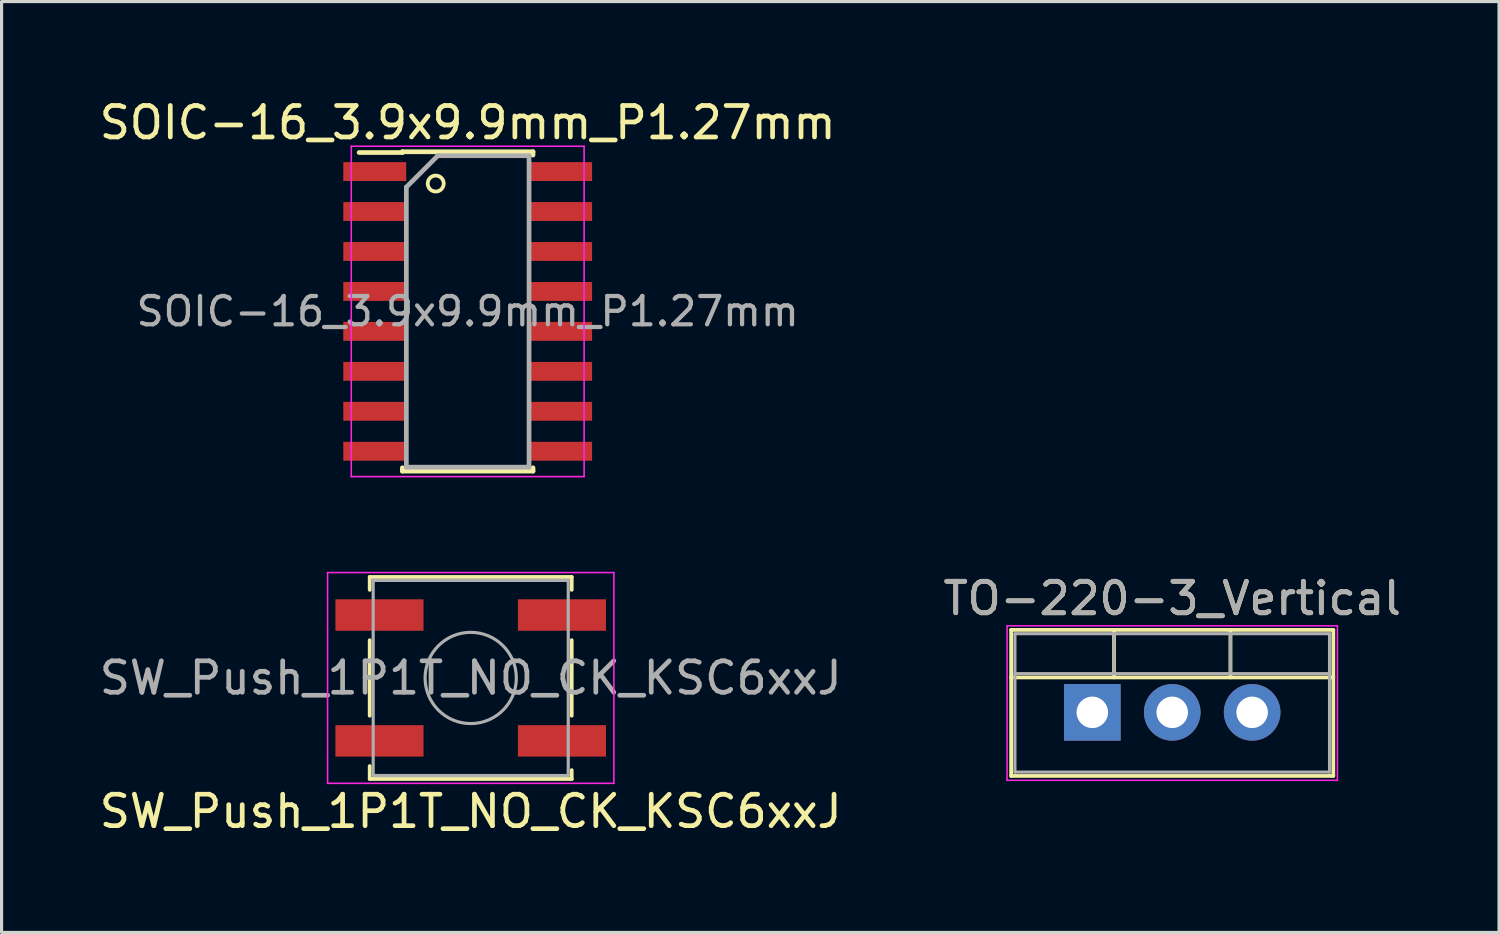
<source format=kicad_pcb>
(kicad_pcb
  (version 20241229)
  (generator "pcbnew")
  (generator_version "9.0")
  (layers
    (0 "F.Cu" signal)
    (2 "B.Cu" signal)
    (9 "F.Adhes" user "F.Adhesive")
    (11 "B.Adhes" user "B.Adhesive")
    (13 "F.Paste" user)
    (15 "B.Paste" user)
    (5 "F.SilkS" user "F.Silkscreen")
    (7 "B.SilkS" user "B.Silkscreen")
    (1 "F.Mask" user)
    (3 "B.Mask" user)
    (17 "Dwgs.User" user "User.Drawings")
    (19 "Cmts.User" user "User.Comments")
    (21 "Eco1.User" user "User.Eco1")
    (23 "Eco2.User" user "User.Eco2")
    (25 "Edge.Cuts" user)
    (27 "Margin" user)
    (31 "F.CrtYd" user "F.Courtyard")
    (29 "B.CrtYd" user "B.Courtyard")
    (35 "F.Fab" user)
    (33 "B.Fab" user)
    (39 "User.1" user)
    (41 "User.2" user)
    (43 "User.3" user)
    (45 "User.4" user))
  (footprint "SW_Push_1P1T_NO_CK_KSC6xxJ"
    (layer "F.Cu")
    (at 11.911 18.498)
    (property "Reference" "SW_Push_1P1T_NO_CK_KSC6xxJ" (at 0 4.24 0) (layer "F.SilkS") (effects (font (size 1 1) (thickness 0.15))))
    (attr smd)
    (fp_line (start -3.21 -3.21) (end -3.21 -2.8) (stroke (width 0.12) (type solid)) (layer "F.SilkS"))
    (fp_line (start -3.21 -1.2) (end -3.21 1.2) (stroke (width 0.12) (type solid)) (layer "F.SilkS"))
    (fp_line (start -3.21 2.8) (end -3.21 3.21) (stroke (width 0.12) (type solid)) (layer "F.SilkS"))
    (fp_line (start -3.21 3.21) (end 3.21 3.21) (stroke (width 0.12) (type solid)) (layer "F.SilkS"))
    (fp_line (start 3.21 -3.21) (end -3.21 -3.21) (stroke (width 0.12) (type solid)) (layer "F.SilkS"))
    (fp_line (start 3.21 -2.8) (end 3.21 -3.21) (stroke (width 0.12) (type solid)) (layer "F.SilkS"))
    (fp_line (start 3.21 1.2) (end 3.21 -1.2) (stroke (width 0.12) (type solid)) (layer "F.SilkS"))
    (fp_line (start 3.21 3.21) (end 3.21 2.93) (stroke (width 0.12) (type solid)) (layer "F.SilkS"))
    (fp_line (start -4.55 -3.35) (end 4.55 -3.35) (stroke (width 0.05) (type solid)) (layer "F.CrtYd"))
    (fp_line (start -4.55 3.35) (end -4.55 -3.35) (stroke (width 0.05) (type solid)) (layer "F.CrtYd"))
    (fp_line (start 4.55 -3.35) (end 4.55 3.35) (stroke (width 0.05) (type solid)) (layer "F.CrtYd"))
    (fp_line (start 4.55 3.35) (end -4.55 3.35) (stroke (width 0.05) (type solid)) (layer "F.CrtYd"))
    (fp_line (start -3.1 -3.1) (end 3.1 -3.1) (stroke (width 0.1) (type solid)) (layer "F.Fab"))
    (fp_line (start -3.1 3.1) (end -3.1 -3.1) (stroke (width 0.1) (type solid)) (layer "F.Fab"))
    (fp_line (start 3.1 -3.1) (end 3.1 3.1) (stroke (width 0.1) (type solid)) (layer "F.Fab"))
    (fp_line (start 3.1 3.1) (end -3.1 3.1) (stroke (width 0.1) (type solid)) (layer "F.Fab"))
    (fp_circle (center 0 0) (end 1.45 0) (stroke (width 0.1) (type solid)) (fill no) (layer "F.Fab"))
    (fp_text user "${REFERENCE}" (at 0 0 0) (layer "F.Fab") (effects (font (size 1 1) (thickness 0.15))))
    (pad "1" smd rect (at -2.9 -2) (size 2.8 1) (layers "F.Cu" "F.Mask" "F.Paste"))
    (pad "1" smd rect (at 2.9 -2) (size 2.8 1) (layers "F.Cu" "F.Mask" "F.Paste"))
    (pad "2" smd rect (at -2.9 2) (size 2.8 1) (layers "F.Cu" "F.Mask" "F.Paste"))
    (pad "2" smd rect (at 2.9 2) (size 2.8 1) (layers "F.Cu" "F.Mask" "F.Paste")))
  (footprint "TO-220-3_Vertical"
    (layer "F.Cu")
    (at 31.668 19.591)
    (property "Reference" "TO-220-3_Vertical" (at 2.54 -3.62 0) (layer "F.SilkS") (effects (font (size 1 1) (thickness 0.15))))
    (attr through_hole)
    (fp_line (start -2.58 -2.62) (end -2.58 2.021) (stroke (width 0.12) (type solid)) (layer "F.SilkS"))
    (fp_line (start -2.58 -2.62) (end 7.66 -2.62) (stroke (width 0.12) (type solid)) (layer "F.SilkS"))
    (fp_line (start -2.58 -1.11) (end 7.66 -1.11) (stroke (width 0.12) (type solid)) (layer "F.SilkS"))
    (fp_line (start -2.58 2.021) (end 7.66 2.021) (stroke (width 0.12) (type solid)) (layer "F.SilkS"))
    (fp_line (start 0.69 -2.62) (end 0.69 -1.11) (stroke (width 0.12) (type solid)) (layer "F.SilkS"))
    (fp_line (start 4.391 -2.62) (end 4.391 -1.11) (stroke (width 0.12) (type solid)) (layer "F.SilkS"))
    (fp_line (start 7.66 -2.62) (end 7.66 2.021) (stroke (width 0.12) (type solid)) (layer "F.SilkS"))
    (fp_line (start -2.71 -2.75) (end -2.71 2.16) (stroke (width 0.05) (type solid)) (layer "F.CrtYd"))
    (fp_line (start -2.71 2.16) (end 7.79 2.16) (stroke (width 0.05) (type solid)) (layer "F.CrtYd"))
    (fp_line (start 7.79 -2.75) (end -2.71 -2.75) (stroke (width 0.05) (type solid)) (layer "F.CrtYd"))
    (fp_line (start 7.79 2.16) (end 7.79 -2.75) (stroke (width 0.05) (type solid)) (layer "F.CrtYd"))
    (fp_line (start -2.46 -2.5) (end -2.46 1.9) (stroke (width 0.1) (type solid)) (layer "F.Fab"))
    (fp_line (start -2.46 -1.23) (end 7.54 -1.23) (stroke (width 0.1) (type solid)) (layer "F.Fab"))
    (fp_line (start -2.46 1.9) (end 7.54 1.9) (stroke (width 0.1) (type solid)) (layer "F.Fab"))
    (fp_line (start 0.69 -2.5) (end 0.69 -1.23) (stroke (width 0.1) (type solid)) (layer "F.Fab"))
    (fp_line (start 4.39 -2.5) (end 4.39 -1.23) (stroke (width 0.1) (type solid)) (layer "F.Fab"))
    (fp_line (start 7.54 -2.5) (end -2.46 -2.5) (stroke (width 0.1) (type solid)) (layer "F.Fab"))
    (fp_line (start 7.54 1.9) (end 7.54 -2.5) (stroke (width 0.1) (type solid)) (layer "F.Fab"))
    (fp_text user "${REFERENCE}" (at 2.54 -3.62 0) (layer "F.Fab") (effects (font (size 1 1) (thickness 0.15))))
    (pad "1" thru_hole rect (at 0 0) (size 1.8 1.8) (drill 1) (layers "*.Cu" "*.Mask"))
    (pad "2" thru_hole oval (at 2.54 0) (size 1.8 1.8) (drill 1) (layers "*.Cu" "*.Mask"))
    (pad "3" thru_hole oval (at 5.08 0) (size 1.8 1.8) (drill 1) (layers "*.Cu" "*.Mask")))
  (footprint "SOIC-16_3.9x9.9mm_P1.27mm"
    (layer "F.Cu")
    (at 11.815 6.848)
    (property "Reference" "SOIC-16_3.9x9.9mm_P1.27mm" (at 0 -6 0) (layer "F.SilkS") (effects (font (size 1 1) (thickness 0.15))))
    (attr smd)
    (fp_line (start -2.075 -5.075) (end -2.075 -5.05) (stroke (width 0.15) (type solid)) (layer "F.SilkS"))
    (fp_line (start -2.075 -5.075) (end 2.075 -5.075) (stroke (width 0.15) (type solid)) (layer "F.SilkS"))
    (fp_line (start -2.075 -5.05) (end -3.45 -5.05) (stroke (width 0.15) (type solid)) (layer "F.SilkS"))
    (fp_line (start -2.075 5.075) (end -2.075 4.97) (stroke (width 0.15) (type solid)) (layer "F.SilkS"))
    (fp_line (start -2.075 5.075) (end 2.075 5.075) (stroke (width 0.15) (type solid)) (layer "F.SilkS"))
    (fp_line (start 2.075 -5.075) (end 2.075 -4.97) (stroke (width 0.15) (type solid)) (layer "F.SilkS"))
    (fp_line (start 2.075 5.075) (end 2.075 4.97) (stroke (width 0.15) (type solid)) (layer "F.SilkS"))
    (fp_circle (center -1.016 -4.064) (end -1.016 -4.318) (stroke (width 0.12) (type solid)) (fill no) (layer "F.SilkS"))
    (fp_line (start -3.7 -5.25) (end -3.7 5.25) (stroke (width 0.05) (type solid)) (layer "F.CrtYd"))
    (fp_line (start -3.7 -5.25) (end 3.7 -5.25) (stroke (width 0.05) (type solid)) (layer "F.CrtYd"))
    (fp_line (start -3.7 5.25) (end 3.7 5.25) (stroke (width 0.05) (type solid)) (layer "F.CrtYd"))
    (fp_line (start 3.7 -5.25) (end 3.7 5.25) (stroke (width 0.05) (type solid)) (layer "F.CrtYd"))
    (fp_line (start -1.95 -3.95) (end -0.95 -4.95) (stroke (width 0.15) (type solid)) (layer "F.Fab"))
    (fp_line (start -1.95 4.95) (end -1.95 -3.95) (stroke (width 0.15) (type solid)) (layer "F.Fab"))
    (fp_line (start -0.95 -4.95) (end 1.95 -4.95) (stroke (width 0.15) (type solid)) (layer "F.Fab"))
    (fp_line (start 1.95 -4.95) (end 1.95 4.95) (stroke (width 0.15) (type solid)) (layer "F.Fab"))
    (fp_line (start 1.95 4.95) (end -1.95 4.95) (stroke (width 0.15) (type solid)) (layer "F.Fab"))
    (fp_text user "${REFERENCE}" (at 0 0 0) (layer "F.Fab") (effects (font (size 0.9 0.9) (thickness 0.135))))
    (pad "1" smd rect (at -2.954 -4.445) (size 2 0.6) (layers "F.Cu" "F.Mask" "F.Paste"))
    (pad "2" smd rect (at -2.954 -3.175) (size 2 0.6) (layers "F.Cu" "F.Mask" "F.Paste"))
    (pad "3" smd rect (at -2.954 -1.905) (size 2 0.6) (layers "F.Cu" "F.Mask" "F.Paste"))
    (pad "4" smd rect (at -2.954 -0.635) (size 2 0.6) (layers "F.Cu" "F.Mask" "F.Paste"))
    (pad "5" smd rect (at -2.954 0.635) (size 2 0.6) (layers "F.Cu" "F.Mask" "F.Paste"))
    (pad "6" smd rect (at -2.954 1.905) (size 2 0.6) (layers "F.Cu" "F.Mask" "F.Paste"))
    (pad "7" smd rect (at -2.954 3.175) (size 2 0.6) (layers "F.Cu" "F.Mask" "F.Paste"))
    (pad "8" smd rect (at -2.954 4.445) (size 2 0.6) (layers "F.Cu" "F.Mask" "F.Paste"))
    (pad "9" smd rect (at 2.954 4.445) (size 2 0.6) (layers "F.Cu" "F.Mask" "F.Paste"))
    (pad "10" smd rect (at 2.954 3.175) (size 2 0.6) (layers "F.Cu" "F.Mask" "F.Paste"))
    (pad "11" smd rect (at 2.954 1.905) (size 2 0.6) (layers "F.Cu" "F.Mask" "F.Paste"))
    (pad "12" smd rect (at 2.954 0.635) (size 2 0.6) (layers "F.Cu" "F.Mask" "F.Paste"))
    (pad "13" smd rect (at 2.954 -0.635) (size 2 0.6) (layers "F.Cu" "F.Mask" "F.Paste"))
    (pad "14" smd rect (at 2.954 -1.905) (size 2 0.6) (layers "F.Cu" "F.Mask" "F.Paste"))
    (pad "15" smd rect (at 2.954 -3.175) (size 2 0.6) (layers "F.Cu" "F.Mask" "F.Paste"))
    (pad "16" smd rect (at 2.954 -4.445) (size 2 0.6) (layers "F.Cu" "F.Mask" "F.Paste")))
  (gr_rect
    (start -3 -3)
    (end 44.595 26.587)
    (stroke (width 0.1) (type default))
    (fill no)
    (layer "Edge.Cuts")))
</source>
